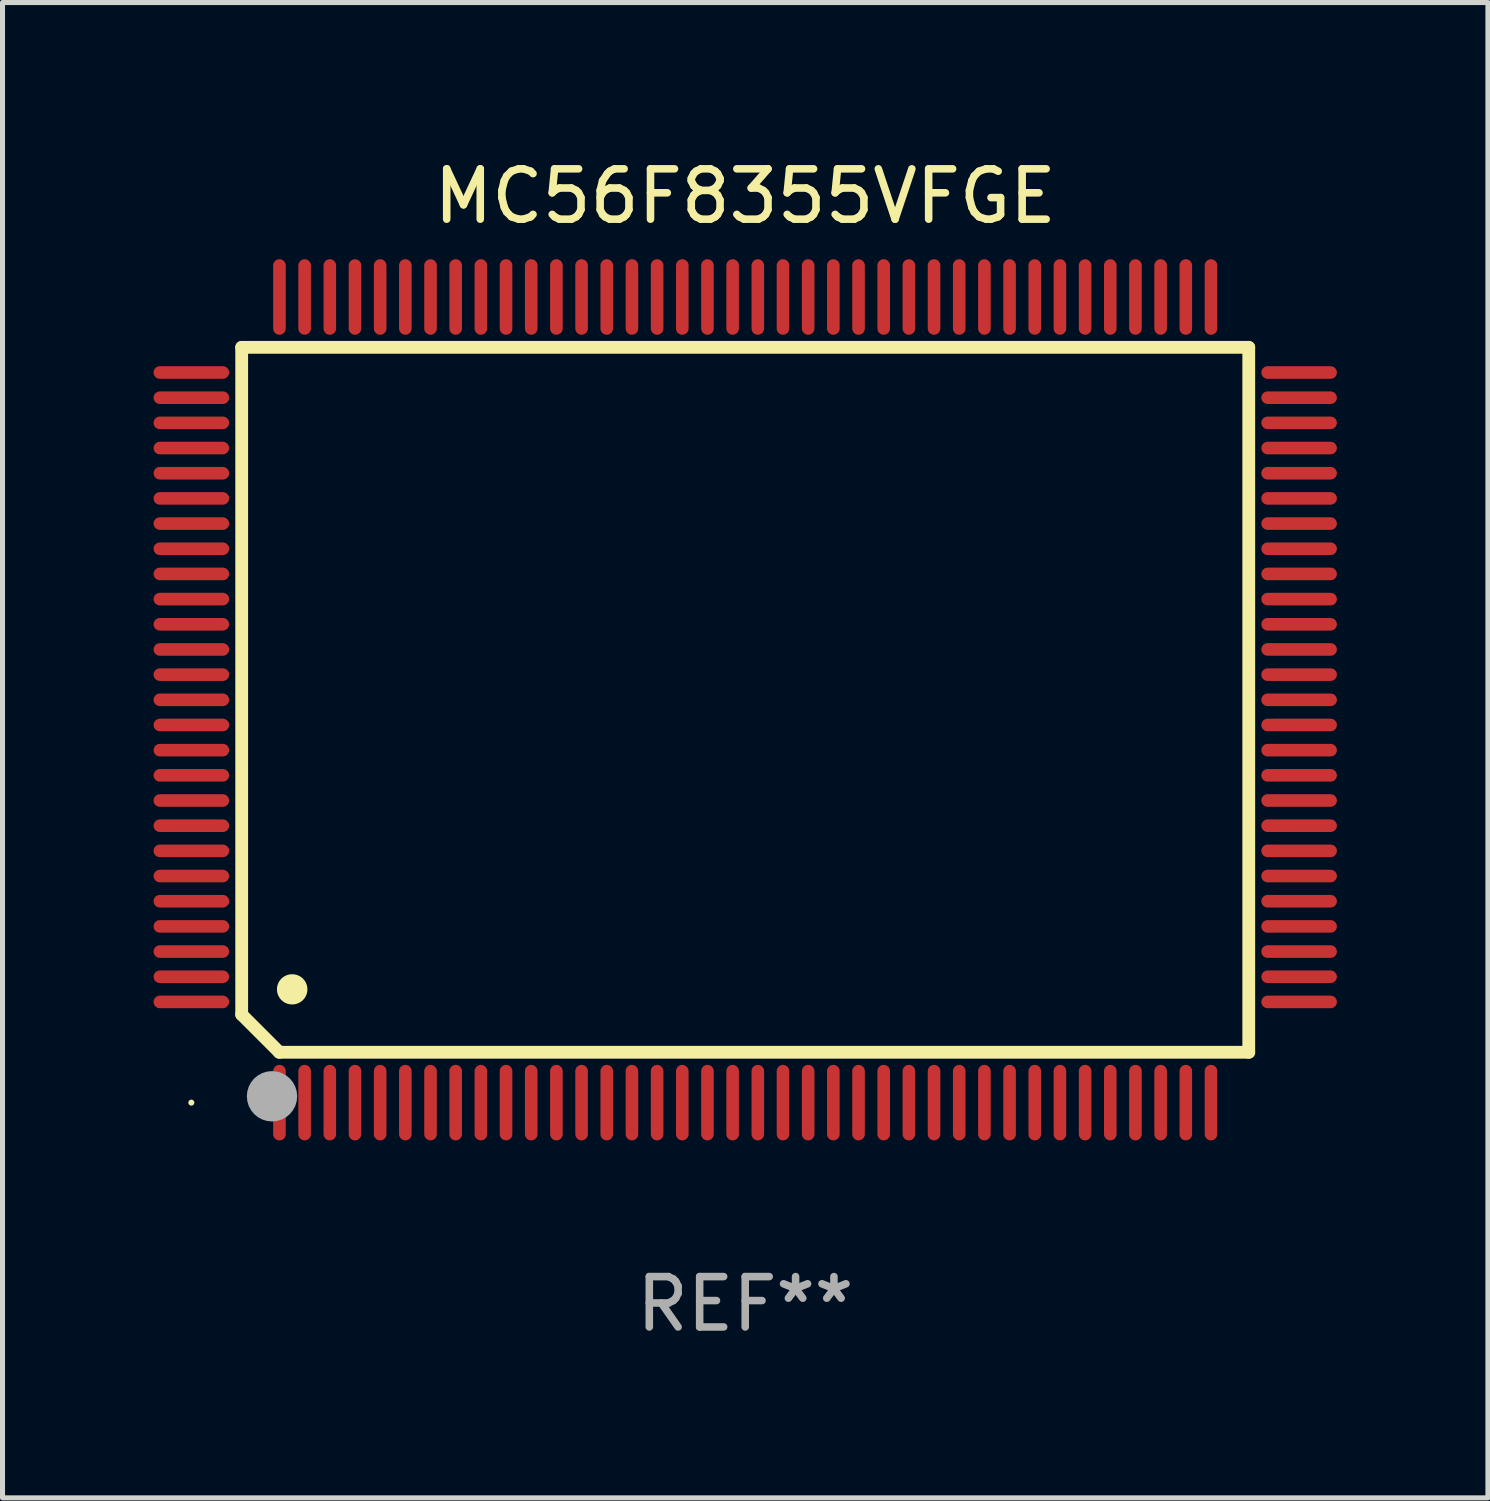
<source format=kicad_pcb>
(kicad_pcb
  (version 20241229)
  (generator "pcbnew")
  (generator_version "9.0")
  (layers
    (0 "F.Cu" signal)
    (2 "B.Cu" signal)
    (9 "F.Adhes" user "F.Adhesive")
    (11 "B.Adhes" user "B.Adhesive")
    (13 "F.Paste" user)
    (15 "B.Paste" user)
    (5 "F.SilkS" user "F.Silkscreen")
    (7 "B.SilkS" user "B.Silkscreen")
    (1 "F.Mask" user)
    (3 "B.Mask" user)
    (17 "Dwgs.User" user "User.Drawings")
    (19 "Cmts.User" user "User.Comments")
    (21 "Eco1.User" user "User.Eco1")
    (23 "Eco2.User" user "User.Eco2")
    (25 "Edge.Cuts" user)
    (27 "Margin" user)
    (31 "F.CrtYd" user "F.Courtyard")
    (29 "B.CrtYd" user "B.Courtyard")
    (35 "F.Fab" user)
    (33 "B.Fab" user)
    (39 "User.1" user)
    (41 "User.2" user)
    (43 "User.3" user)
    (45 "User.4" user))
  (footprint "MC56F8355VFGE"
    (layer "F.Cu")
    (at 11.75 10.848)
    (property "Reference" "MC56F8355VFGE" (at 0 -10 0) (layer "F.SilkS") (effects (font (size 1 1) (thickness 0.15))))
    (attr through_hole)
    (fp_line (start -10 -7) (end -10 6.25) (stroke (width 0.254) (type solid)) (layer "F.SilkS"))
    (fp_line (start -10 -7) (end 10 -7) (stroke (width 0.254) (type solid)) (layer "F.SilkS"))
    (fp_line (start -9.252 7) (end -10 6.252) (stroke (width 0.254) (type solid)) (layer "F.SilkS"))
    (fp_line (start 10 -7) (end 10 7) (stroke (width 0.254) (type solid)) (layer "F.SilkS"))
    (fp_line (start 10 7) (end -9.252 7) (stroke (width 0.254) (type solid)) (layer "F.SilkS"))
    (fp_arc (start -9.000025 5.750013) (mid -8.997485 5.750002) (end -8.994945 5.750013) (stroke (width 0.6) (type solid)) (layer "F.SilkS"))
    (fp_circle (center -11 8) (end -10.97 8) (stroke (width 0.06) (type solid)) (fill no) (layer "F.SilkS"))
    (fp_circle (center -9.398 7.874) (end -9.148 7.874) (stroke (width 0.5) (type solid)) (fill no) (layer "F.Fab"))
    (fp_text user "REF**" (at 0 12 0) (layer "F.Fab") (effects (font (size 1 1) (thickness 0.15))))
    (pad "1" smd oval (at -9.25 8) (size 0.25 1.5) (layers "F.Cu" "F.Mask" "F.Paste"))
    (pad "2" smd oval (at -8.75 8) (size 0.25 1.5) (layers "F.Cu" "F.Mask" "F.Paste"))
    (pad "3" smd oval (at -8.25 8) (size 0.25 1.5) (layers "F.Cu" "F.Mask" "F.Paste"))
    (pad "4" smd oval (at -7.75 8) (size 0.25 1.5) (layers "F.Cu" "F.Mask" "F.Paste"))
    (pad "5" smd oval (at -7.25 8) (size 0.25 1.5) (layers "F.Cu" "F.Mask" "F.Paste"))
    (pad "6" smd oval (at -6.75 8) (size 0.25 1.5) (layers "F.Cu" "F.Mask" "F.Paste"))
    (pad "7" smd oval (at -6.25 8) (size 0.25 1.5) (layers "F.Cu" "F.Mask" "F.Paste"))
    (pad "8" smd oval (at -5.75 8) (size 0.25 1.5) (layers "F.Cu" "F.Mask" "F.Paste"))
    (pad "9" smd oval (at -5.25 8) (size 0.25 1.5) (layers "F.Cu" "F.Mask" "F.Paste"))
    (pad "10" smd oval (at -4.75 8) (size 0.25 1.5) (layers "F.Cu" "F.Mask" "F.Paste"))
    (pad "11" smd oval (at -4.25 8) (size 0.25 1.5) (layers "F.Cu" "F.Mask" "F.Paste"))
    (pad "12" smd oval (at -3.75 8) (size 0.25 1.5) (layers "F.Cu" "F.Mask" "F.Paste"))
    (pad "13" smd oval (at -3.25 8) (size 0.25 1.5) (layers "F.Cu" "F.Mask" "F.Paste"))
    (pad "14" smd oval (at -2.75 8) (size 0.25 1.5) (layers "F.Cu" "F.Mask" "F.Paste"))
    (pad "15" smd oval (at -2.25 8) (size 0.25 1.5) (layers "F.Cu" "F.Mask" "F.Paste"))
    (pad "16" smd oval (at -1.75 8) (size 0.25 1.5) (layers "F.Cu" "F.Mask" "F.Paste"))
    (pad "17" smd oval (at -1.25 8) (size 0.25 1.5) (layers "F.Cu" "F.Mask" "F.Paste"))
    (pad "18" smd oval (at -0.75 8) (size 0.25 1.5) (layers "F.Cu" "F.Mask" "F.Paste"))
    (pad "19" smd oval (at -0.25 8) (size 0.25 1.5) (layers "F.Cu" "F.Mask" "F.Paste"))
    (pad "20" smd oval (at 0.25 8) (size 0.25 1.5) (layers "F.Cu" "F.Mask" "F.Paste"))
    (pad "21" smd oval (at 0.75 8) (size 0.25 1.5) (layers "F.Cu" "F.Mask" "F.Paste"))
    (pad "22" smd oval (at 1.25 8) (size 0.25 1.5) (layers "F.Cu" "F.Mask" "F.Paste"))
    (pad "23" smd oval (at 1.75 8) (size 0.25 1.5) (layers "F.Cu" "F.Mask" "F.Paste"))
    (pad "24" smd oval (at 2.25 8) (size 0.25 1.5) (layers "F.Cu" "F.Mask" "F.Paste"))
    (pad "25" smd oval (at 2.75 8) (size 0.25 1.5) (layers "F.Cu" "F.Mask" "F.Paste"))
    (pad "26" smd oval (at 3.25 8) (size 0.25 1.5) (layers "F.Cu" "F.Mask" "F.Paste"))
    (pad "27" smd oval (at 3.75 8) (size 0.25 1.5) (layers "F.Cu" "F.Mask" "F.Paste"))
    (pad "28" smd oval (at 4.25 8) (size 0.25 1.5) (layers "F.Cu" "F.Mask" "F.Paste"))
    (pad "29" smd oval (at 4.75 8) (size 0.25 1.5) (layers "F.Cu" "F.Mask" "F.Paste"))
    (pad "30" smd oval (at 5.25 8) (size 0.25 1.5) (layers "F.Cu" "F.Mask" "F.Paste"))
    (pad "31" smd oval (at 5.75 8) (size 0.25 1.5) (layers "F.Cu" "F.Mask" "F.Paste"))
    (pad "32" smd oval (at 6.25 8) (size 0.25 1.5) (layers "F.Cu" "F.Mask" "F.Paste"))
    (pad "33" smd oval (at 6.75 8 180) (size 0.25 1.5) (layers "F.Cu" "F.Mask" "F.Paste"))
    (pad "34" smd oval (at 7.25 8 180) (size 0.25 1.5) (layers "F.Cu" "F.Mask" "F.Paste"))
    (pad "35" smd oval (at 7.75 8 180) (size 0.25 1.5) (layers "F.Cu" "F.Mask" "F.Paste"))
    (pad "36" smd oval (at 8.25 8 180) (size 0.25 1.5) (layers "F.Cu" "F.Mask" "F.Paste"))
    (pad "37" smd oval (at 8.75 8 180) (size 0.25 1.5) (layers "F.Cu" "F.Mask" "F.Paste"))
    (pad "38" smd oval (at 9.25 8 180) (size 0.25 1.5) (layers "F.Cu" "F.Mask" "F.Paste"))
    (pad "39" smd oval (at 11 6 270) (size 0.25 1.5) (layers "F.Cu" "F.Mask" "F.Paste"))
    (pad "40" smd oval (at 11 5.5 270) (size 0.25 1.5) (layers "F.Cu" "F.Mask" "F.Paste"))
    (pad "41" smd oval (at 11 5 270) (size 0.25 1.5) (layers "F.Cu" "F.Mask" "F.Paste"))
    (pad "42" smd oval (at 11 4.5 270) (size 0.25 1.5) (layers "F.Cu" "F.Mask" "F.Paste"))
    (pad "43" smd oval (at 11 4 270) (size 0.25 1.5) (layers "F.Cu" "F.Mask" "F.Paste"))
    (pad "44" smd oval (at 11 3.5 270) (size 0.25 1.5) (layers "F.Cu" "F.Mask" "F.Paste"))
    (pad "45" smd oval (at 11 3 270) (size 0.25 1.5) (layers "F.Cu" "F.Mask" "F.Paste"))
    (pad "46" smd oval (at 11 2.5 270) (size 0.25 1.5) (layers "F.Cu" "F.Mask" "F.Paste"))
    (pad "47" smd oval (at 11 2 270) (size 0.25 1.5) (layers "F.Cu" "F.Mask" "F.Paste"))
    (pad "48" smd oval (at 11 1.5 270) (size 0.25 1.5) (layers "F.Cu" "F.Mask" "F.Paste"))
    (pad "49" smd oval (at 11 1 270) (size 0.25 1.5) (layers "F.Cu" "F.Mask" "F.Paste"))
    (pad "50" smd oval (at 11 0.5 270) (size 0.25 1.5) (layers "F.Cu" "F.Mask" "F.Paste"))
    (pad "51" smd oval (at 11 0 270) (size 0.25 1.5) (layers "F.Cu" "F.Mask" "F.Paste"))
    (pad "52" smd oval (at 11 -0.5 270) (size 0.25 1.5) (layers "F.Cu" "F.Mask" "F.Paste"))
    (pad "53" smd oval (at 11 -1 270) (size 0.25 1.5) (layers "F.Cu" "F.Mask" "F.Paste"))
    (pad "54" smd oval (at 11 -1.5 270) (size 0.25 1.5) (layers "F.Cu" "F.Mask" "F.Paste"))
    (pad "55" smd oval (at 11 -2 270) (size 0.25 1.5) (layers "F.Cu" "F.Mask" "F.Paste"))
    (pad "56" smd oval (at 11 -2.5 270) (size 0.25 1.5) (layers "F.Cu" "F.Mask" "F.Paste"))
    (pad "57" smd oval (at 11 -3 270) (size 0.25 1.5) (layers "F.Cu" "F.Mask" "F.Paste"))
    (pad "58" smd oval (at 11 -3.5 270) (size 0.25 1.5) (layers "F.Cu" "F.Mask" "F.Paste"))
    (pad "59" smd oval (at 11 -4 270) (size 0.25 1.5) (layers "F.Cu" "F.Mask" "F.Paste"))
    (pad "60" smd oval (at 11 -4.5 270) (size 0.25 1.5) (layers "F.Cu" "F.Mask" "F.Paste"))
    (pad "61" smd oval (at 11 -5 270) (size 0.25 1.5) (layers "F.Cu" "F.Mask" "F.Paste"))
    (pad "62" smd oval (at 11 -5.5 270) (size 0.25 1.5) (layers "F.Cu" "F.Mask" "F.Paste"))
    (pad "63" smd oval (at 11 -6 270) (size 0.25 1.5) (layers "F.Cu" "F.Mask" "F.Paste"))
    (pad "64" smd oval (at 11 -6.5 270) (size 0.25 1.5) (layers "F.Cu" "F.Mask" "F.Paste"))
    (pad "65" smd oval (at 9.25 -8 180) (size 0.25 1.5) (layers "F.Cu" "F.Mask" "F.Paste"))
    (pad "66" smd oval (at 8.75 -8 180) (size 0.25 1.5) (layers "F.Cu" "F.Mask" "F.Paste"))
    (pad "67" smd oval (at 8.25 -8 180) (size 0.25 1.5) (layers "F.Cu" "F.Mask" "F.Paste"))
    (pad "68" smd oval (at 7.75 -8 180) (size 0.25 1.5) (layers "F.Cu" "F.Mask" "F.Paste"))
    (pad "69" smd oval (at 7.25 -8 180) (size 0.25 1.5) (layers "F.Cu" "F.Mask" "F.Paste"))
    (pad "70" smd oval (at 6.75 -8 180) (size 0.25 1.5) (layers "F.Cu" "F.Mask" "F.Paste"))
    (pad "71" smd oval (at 6.25 -8 180) (size 0.25 1.5) (layers "F.Cu" "F.Mask" "F.Paste"))
    (pad "72" smd oval (at 5.75 -8 180) (size 0.25 1.5) (layers "F.Cu" "F.Mask" "F.Paste"))
    (pad "73" smd oval (at 5.25 -8 180) (size 0.25 1.5) (layers "F.Cu" "F.Mask" "F.Paste"))
    (pad "74" smd oval (at 4.75 -8 180) (size 0.25 1.5) (layers "F.Cu" "F.Mask" "F.Paste"))
    (pad "75" smd oval (at 4.25 -8 180) (size 0.25 1.5) (layers "F.Cu" "F.Mask" "F.Paste"))
    (pad "76" smd oval (at 3.75 -8 180) (size 0.25 1.5) (layers "F.Cu" "F.Mask" "F.Paste"))
    (pad "77" smd oval (at 3.25 -8 180) (size 0.25 1.5) (layers "F.Cu" "F.Mask" "F.Paste"))
    (pad "78" smd oval (at 2.75 -8 180) (size 0.25 1.5) (layers "F.Cu" "F.Mask" "F.Paste"))
    (pad "79" smd oval (at 2.25 -8 180) (size 0.25 1.5) (layers "F.Cu" "F.Mask" "F.Paste"))
    (pad "80" smd oval (at 1.75 -8 180) (size 0.25 1.5) (layers "F.Cu" "F.Mask" "F.Paste"))
    (pad "81" smd oval (at 1.25 -8 180) (size 0.25 1.5) (layers "F.Cu" "F.Mask" "F.Paste"))
    (pad "82" smd oval (at 0.75 -8 180) (size 0.25 1.5) (layers "F.Cu" "F.Mask" "F.Paste"))
    (pad "83" smd oval (at 0.25 -8 180) (size 0.25 1.5) (layers "F.Cu" "F.Mask" "F.Paste"))
    (pad "84" smd oval (at -0.25 -8 180) (size 0.25 1.5) (layers "F.Cu" "F.Mask" "F.Paste"))
    (pad "85" smd oval (at -0.75 -8 180) (size 0.25 1.5) (layers "F.Cu" "F.Mask" "F.Paste"))
    (pad "86" smd oval (at -1.25 -8 180) (size 0.25 1.5) (layers "F.Cu" "F.Mask" "F.Paste"))
    (pad "87" smd oval (at -1.75 -8 180) (size 0.25 1.5) (layers "F.Cu" "F.Mask" "F.Paste"))
    (pad "88" smd oval (at -2.25 -8 180) (size 0.25 1.5) (layers "F.Cu" "F.Mask" "F.Paste"))
    (pad "89" smd oval (at -2.75 -8 180) (size 0.25 1.5) (layers "F.Cu" "F.Mask" "F.Paste"))
    (pad "90" smd oval (at -3.25 -8 180) (size 0.25 1.5) (layers "F.Cu" "F.Mask" "F.Paste"))
    (pad "91" smd oval (at -3.75 -8 180) (size 0.25 1.5) (layers "F.Cu" "F.Mask" "F.Paste"))
    (pad "92" smd oval (at -4.25 -8 180) (size 0.25 1.5) (layers "F.Cu" "F.Mask" "F.Paste"))
    (pad "93" smd oval (at -4.75 -8 180) (size 0.25 1.5) (layers "F.Cu" "F.Mask" "F.Paste"))
    (pad "94" smd oval (at -5.25 -8 180) (size 0.25 1.5) (layers "F.Cu" "F.Mask" "F.Paste"))
    (pad "95" smd oval (at -5.75 -8 180) (size 0.25 1.5) (layers "F.Cu" "F.Mask" "F.Paste"))
    (pad "96" smd oval (at -6.25 -8 180) (size 0.25 1.5) (layers "F.Cu" "F.Mask" "F.Paste"))
    (pad "97" smd oval (at -6.75 -8 180) (size 0.25 1.5) (layers "F.Cu" "F.Mask" "F.Paste"))
    (pad "98" smd oval (at -7.25 -8 180) (size 0.25 1.5) (layers "F.Cu" "F.Mask" "F.Paste"))
    (pad "99" smd oval (at -7.75 -8 180) (size 0.25 1.5) (layers "F.Cu" "F.Mask" "F.Paste"))
    (pad "100" smd oval (at -8.25 -8 180) (size 0.25 1.5) (layers "F.Cu" "F.Mask" "F.Paste"))
    (pad "101" smd oval (at -8.75 -8 180) (size 0.25 1.5) (layers "F.Cu" "F.Mask" "F.Paste"))
    (pad "102" smd oval (at -9.25 -8) (size 0.25 1.5) (layers "F.Cu" "F.Mask" "F.Paste"))
    (pad "103" smd oval (at -11 -6.5 270) (size 0.25 1.5) (layers "F.Cu" "F.Mask" "F.Paste"))
    (pad "104" smd oval (at -11 -6 270) (size 0.25 1.5) (layers "F.Cu" "F.Mask" "F.Paste"))
    (pad "105" smd oval (at -11 -5.5 270) (size 0.25 1.5) (layers "F.Cu" "F.Mask" "F.Paste"))
    (pad "106" smd oval (at -11 -5 270) (size 0.25 1.5) (layers "F.Cu" "F.Mask" "F.Paste"))
    (pad "107" smd oval (at -11 -4.5 270) (size 0.25 1.5) (layers "F.Cu" "F.Mask" "F.Paste"))
    (pad "108" smd oval (at -11 -4 270) (size 0.25 1.5) (layers "F.Cu" "F.Mask" "F.Paste"))
    (pad "109" smd oval (at -11 -3.5 270) (size 0.25 1.5) (layers "F.Cu" "F.Mask" "F.Paste"))
    (pad "110" smd oval (at -11 -3 270) (size 0.25 1.5) (layers "F.Cu" "F.Mask" "F.Paste"))
    (pad "111" smd oval (at -11 -2.5 270) (size 0.25 1.5) (layers "F.Cu" "F.Mask" "F.Paste"))
    (pad "112" smd oval (at -11 -2 270) (size 0.25 1.5) (layers "F.Cu" "F.Mask" "F.Paste"))
    (pad "113" smd oval (at -11 -1.5 270) (size 0.25 1.5) (layers "F.Cu" "F.Mask" "F.Paste"))
    (pad "114" smd oval (at -11 -1 270) (size 0.25 1.5) (layers "F.Cu" "F.Mask" "F.Paste"))
    (pad "115" smd oval (at -11 -0.5 270) (size 0.25 1.5) (layers "F.Cu" "F.Mask" "F.Paste"))
    (pad "116" smd oval (at -11 0 270) (size 0.25 1.5) (layers "F.Cu" "F.Mask" "F.Paste"))
    (pad "117" smd oval (at -11 0.5 270) (size 0.25 1.5) (layers "F.Cu" "F.Mask" "F.Paste"))
    (pad "118" smd oval (at -11 1 270) (size 0.25 1.5) (layers "F.Cu" "F.Mask" "F.Paste"))
    (pad "119" smd oval (at -11 1.5 270) (size 0.25 1.5) (layers "F.Cu" "F.Mask" "F.Paste"))
    (pad "120" smd oval (at -11 2 270) (size 0.25 1.5) (layers "F.Cu" "F.Mask" "F.Paste"))
    (pad "121" smd oval (at -11 2.5 270) (size 0.25 1.5) (layers "F.Cu" "F.Mask" "F.Paste"))
    (pad "122" smd oval (at -11 3 270) (size 0.25 1.5) (layers "F.Cu" "F.Mask" "F.Paste"))
    (pad "123" smd oval (at -11 3.5 270) (size 0.25 1.5) (layers "F.Cu" "F.Mask" "F.Paste"))
    (pad "124" smd oval (at -11 4 270) (size 0.25 1.5) (layers "F.Cu" "F.Mask" "F.Paste"))
    (pad "125" smd oval (at -11 4.5 270) (size 0.25 1.5) (layers "F.Cu" "F.Mask" "F.Paste"))
    (pad "126" smd oval (at -11 5 270) (size 0.25 1.5) (layers "F.Cu" "F.Mask" "F.Paste"))
    (pad "127" smd oval (at -11 5.5 270) (size 0.25 1.5) (layers "F.Cu" "F.Mask" "F.Paste"))
    (pad "128" smd oval (at -11 6 270) (size 0.25 1.5) (layers "F.Cu" "F.Mask" "F.Paste")))
  (gr_rect
    (start -3 -3)
    (end 26.5 26.697)
    (stroke (width 0.1) (type default))
    (fill no)
    (layer "Edge.Cuts")))
</source>
